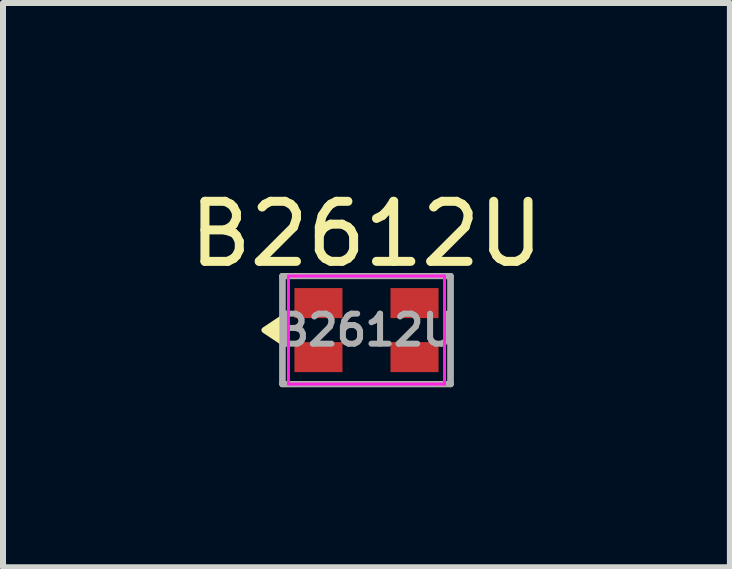
<source format=kicad_pcb>
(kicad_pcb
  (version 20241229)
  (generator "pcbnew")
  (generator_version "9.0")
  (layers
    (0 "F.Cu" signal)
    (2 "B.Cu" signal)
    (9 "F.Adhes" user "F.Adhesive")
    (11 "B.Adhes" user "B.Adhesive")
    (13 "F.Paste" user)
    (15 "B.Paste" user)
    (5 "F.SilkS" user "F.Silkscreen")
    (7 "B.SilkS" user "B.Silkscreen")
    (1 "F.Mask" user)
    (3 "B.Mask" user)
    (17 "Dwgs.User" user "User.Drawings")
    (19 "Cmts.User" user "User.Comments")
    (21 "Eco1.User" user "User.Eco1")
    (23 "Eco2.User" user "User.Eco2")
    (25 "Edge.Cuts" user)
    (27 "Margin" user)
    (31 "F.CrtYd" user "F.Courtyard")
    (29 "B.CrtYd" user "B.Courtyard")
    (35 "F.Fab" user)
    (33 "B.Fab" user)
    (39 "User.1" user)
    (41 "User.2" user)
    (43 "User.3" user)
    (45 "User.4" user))
  (footprint "B2612U"
    (layer "F.Cu")
    (at 3.054 2.448)
    (property "Reference" "B2612U" (at 0 -1.6 0) (unlocked yes) (layer "F.SilkS") (effects (font (size 1 1) (thickness 0.15))))
    (attr smd)
    (fp_line (start -1.4 0.9) (end -1.4 -0.9) (stroke (width 0.1) (type solid)) (layer "F.SilkS"))
    (fp_line (start 1.4 -0.9) (end -1.4 -0.9) (stroke (width 0.1) (type solid)) (layer "F.SilkS"))
    (fp_line (start 1.4 -0.9) (end 1.4 0.9) (stroke (width 0.1) (type solid)) (layer "F.SilkS"))
    (fp_line (start 1.4 0.9) (end -1.4 0.9) (stroke (width 0.1) (type solid)) (layer "F.SilkS"))
    (fp_poly (pts (xy -1.4 -0.2) (xy -1.7 0) (xy -1.4 0.2)) (stroke (width 0.1) (type solid)) (fill yes) (layer "F.SilkS"))
    (fp_line (start -1.3 -0.9) (end 1.3 -0.9) (stroke (width 0.05) (type solid)) (layer "F.CrtYd"))
    (fp_line (start -1.3 0.9) (end -1.3 -0.9) (stroke (width 0.05) (type solid)) (layer "F.CrtYd"))
    (fp_line (start 1.3 -0.9) (end 1.3 0.9) (stroke (width 0.05) (type solid)) (layer "F.CrtYd"))
    (fp_line (start 1.3 0.9) (end -1.3 0.9) (stroke (width 0.05) (type solid)) (layer "F.CrtYd"))
    (fp_line (start -1.4 -0.9) (end 1.4 -0.9) (stroke (width 0.1) (type solid)) (layer "F.Fab"))
    (fp_line (start -1.4 0.9) (end -1.4 -0.9) (stroke (width 0.1) (type solid)) (layer "F.Fab"))
    (fp_line (start 1.4 -0.9) (end 1.4 0.9) (stroke (width 0.1) (type solid)) (layer "F.Fab"))
    (fp_line (start 1.4 0.9) (end -1.4 0.9) (stroke (width 0.1) (type solid)) (layer "F.Fab"))
    (fp_text user "${REFERENCE}" (at 0 0 0) (unlocked yes) (layer "F.Fab") (effects (font (size 0.5 0.5) (thickness 0.1))))
    (pad "1" smd rect (at -0.8 0.45 90) (size 0.5 0.8) (layers "F.Cu" "F.Mask" "F.Paste"))
    (pad "2" smd rect (at 0.8 0.45 90) (size 0.5 0.8) (layers "F.Cu" "F.Mask" "F.Paste"))
    (pad "3" smd rect (at 0.8 -0.45 90) (size 0.5 0.8) (layers "F.Cu" "F.Mask" "F.Paste"))
    (pad "4" smd rect (at -0.8 -0.45 90) (size 0.5 0.8) (layers "F.Cu" "F.Mask" "F.Paste")))
  (gr_rect
    (start -3 -3)
    (end 9.107 6.398)
    (stroke (width 0.1) (type default))
    (fill no)
    (layer "Edge.Cuts")))
</source>
